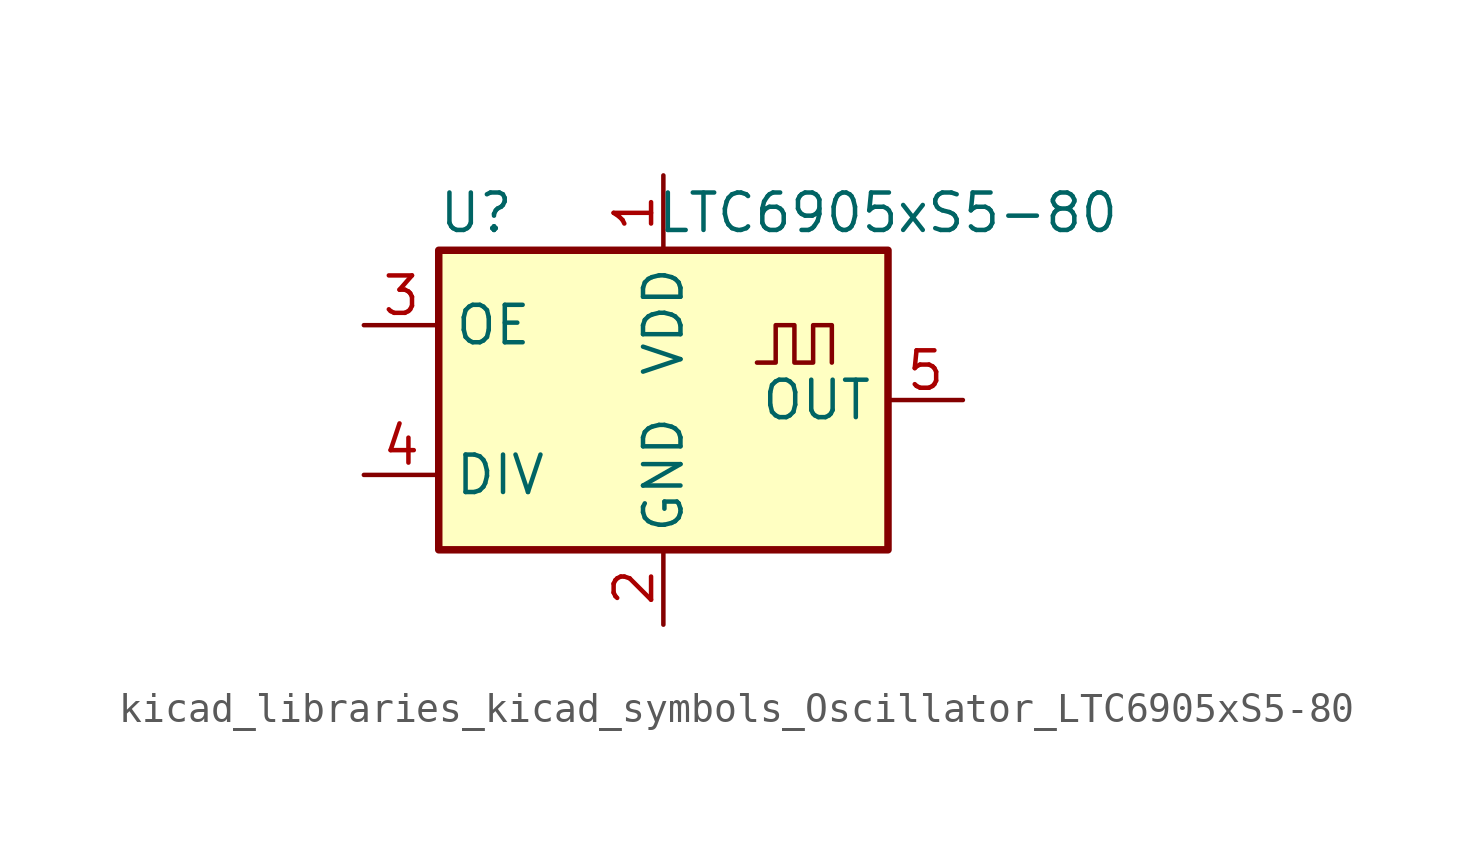
<source format=kicad_sym>
(kicad_symbol_lib
  (version 20220914)
  (generator kicad_symbol_editor)
  (symbol "kicad_libraries_kicad_symbols_Oscillator_LTC6905xS5-80"
    (property "Reference" "U"
      (at -6.35 6.35 0)
      (effects (font (size 1.27 1.27))))
    (property "Value" "LTC6905xS5-80"
      (at 7.62 6.35 0)
      (effects (font (size 1.27 1.27))))
    (symbol "kicad_libraries_kicad_symbols_Oscillator_LTC6905xS5-80_1_1"
      (rectangle (start -7.62 5.08) (end 7.62 -5.08) (stroke (width 0.254) (type default)) (fill (type background)))
      (polyline (pts (xy 3.175 1.27) (xy 3.81 1.27) (xy 3.81 2.54) (xy 4.445 2.54) (xy 4.445 1.27) (xy 5.08 1.27) (xy 5.08 2.54) (xy 5.715 2.54) (xy 5.715 1.27)) (stroke (width 0) (type default)) (fill (type none)))
      (pin power_in line (at 0 7.62 270) (length 2.54) (name "VDD" (effects (font (size 1.27 1.27)))) (number "1" (effects (font (size 1.27 1.27)))))
      (pin power_in line (at 0 -7.62 90) (length 2.54) (name "GND" (effects (font (size 1.27 1.27)))) (number "2" (effects (font (size 1.27 1.27)))))
      (pin input line (at -10.16 2.54 0) (length 2.54) (name "OE" (effects (font (size 1.27 1.27)))) (number "3" (effects (font (size 1.27 1.27)))))
      (pin input line (at -10.16 -2.54 0) (length 2.54) (name "DIV" (effects (font (size 1.27 1.27)))) (number "4" (effects (font (size 1.27 1.27)))))
      (pin output line (at 10.16 0 180) (length 2.54) (name "OUT" (effects (font (size 1.27 1.27)))) (number "5" (effects (font (size 1.27 1.27))))))))
</source>
